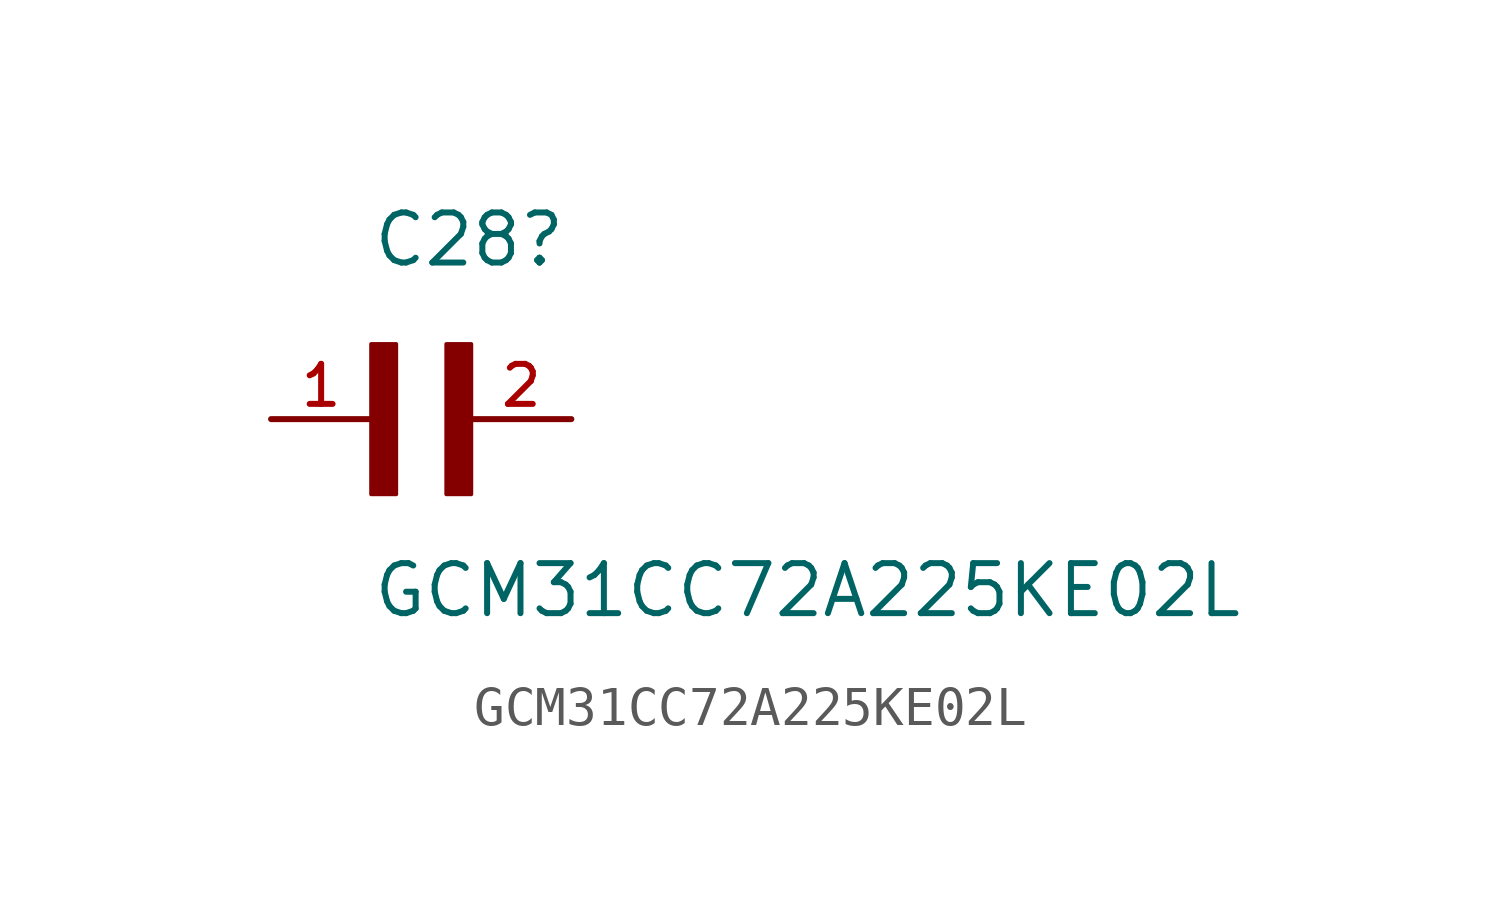
<source format=kicad_sym>
(kicad_symbol_lib
  (version 20231120)
  (generator "kicad_symbol_editor")
  (generator_version "8.0")
  (symbol "GCM31CC72A225KE02L"
    (pin_names
      (offset 1.016))
    (property "Reference" "C28"
      (at 0 3.811 0)
      (effects (font (size 1.27 1.27)) (justify left bottom)))
    (property "Value" "GCM31CC72A225KE02L"
      (at 0 -5.088 0)
      (effects (font (size 1.27 1.27)) (justify left bottom)))
    (symbol "GCM31CC72A225KE02L_0_0"
      (rectangle (start 0 1.905) (end 0.635 -1.907) (stroke (width 0.1) (type default)) (fill (type outline)))
      (rectangle (start 1.907 -1.907) (end 2.54 1.905) (stroke (width 0.1) (type default)) (fill (type outline)))
      (pin passive line (at -2.54 0 0) (length 2.54) (name "~" (effects (font (size 1.016 1.016)))) (number "1" (effects (font (size 1.016 1.016)))))
      (pin passive line (at 5.08 0 180) (length 2.54) (name "~" (effects (font (size 1.016 1.016)))) (number "2" (effects (font (size 1.016 1.016))))))))
</source>
